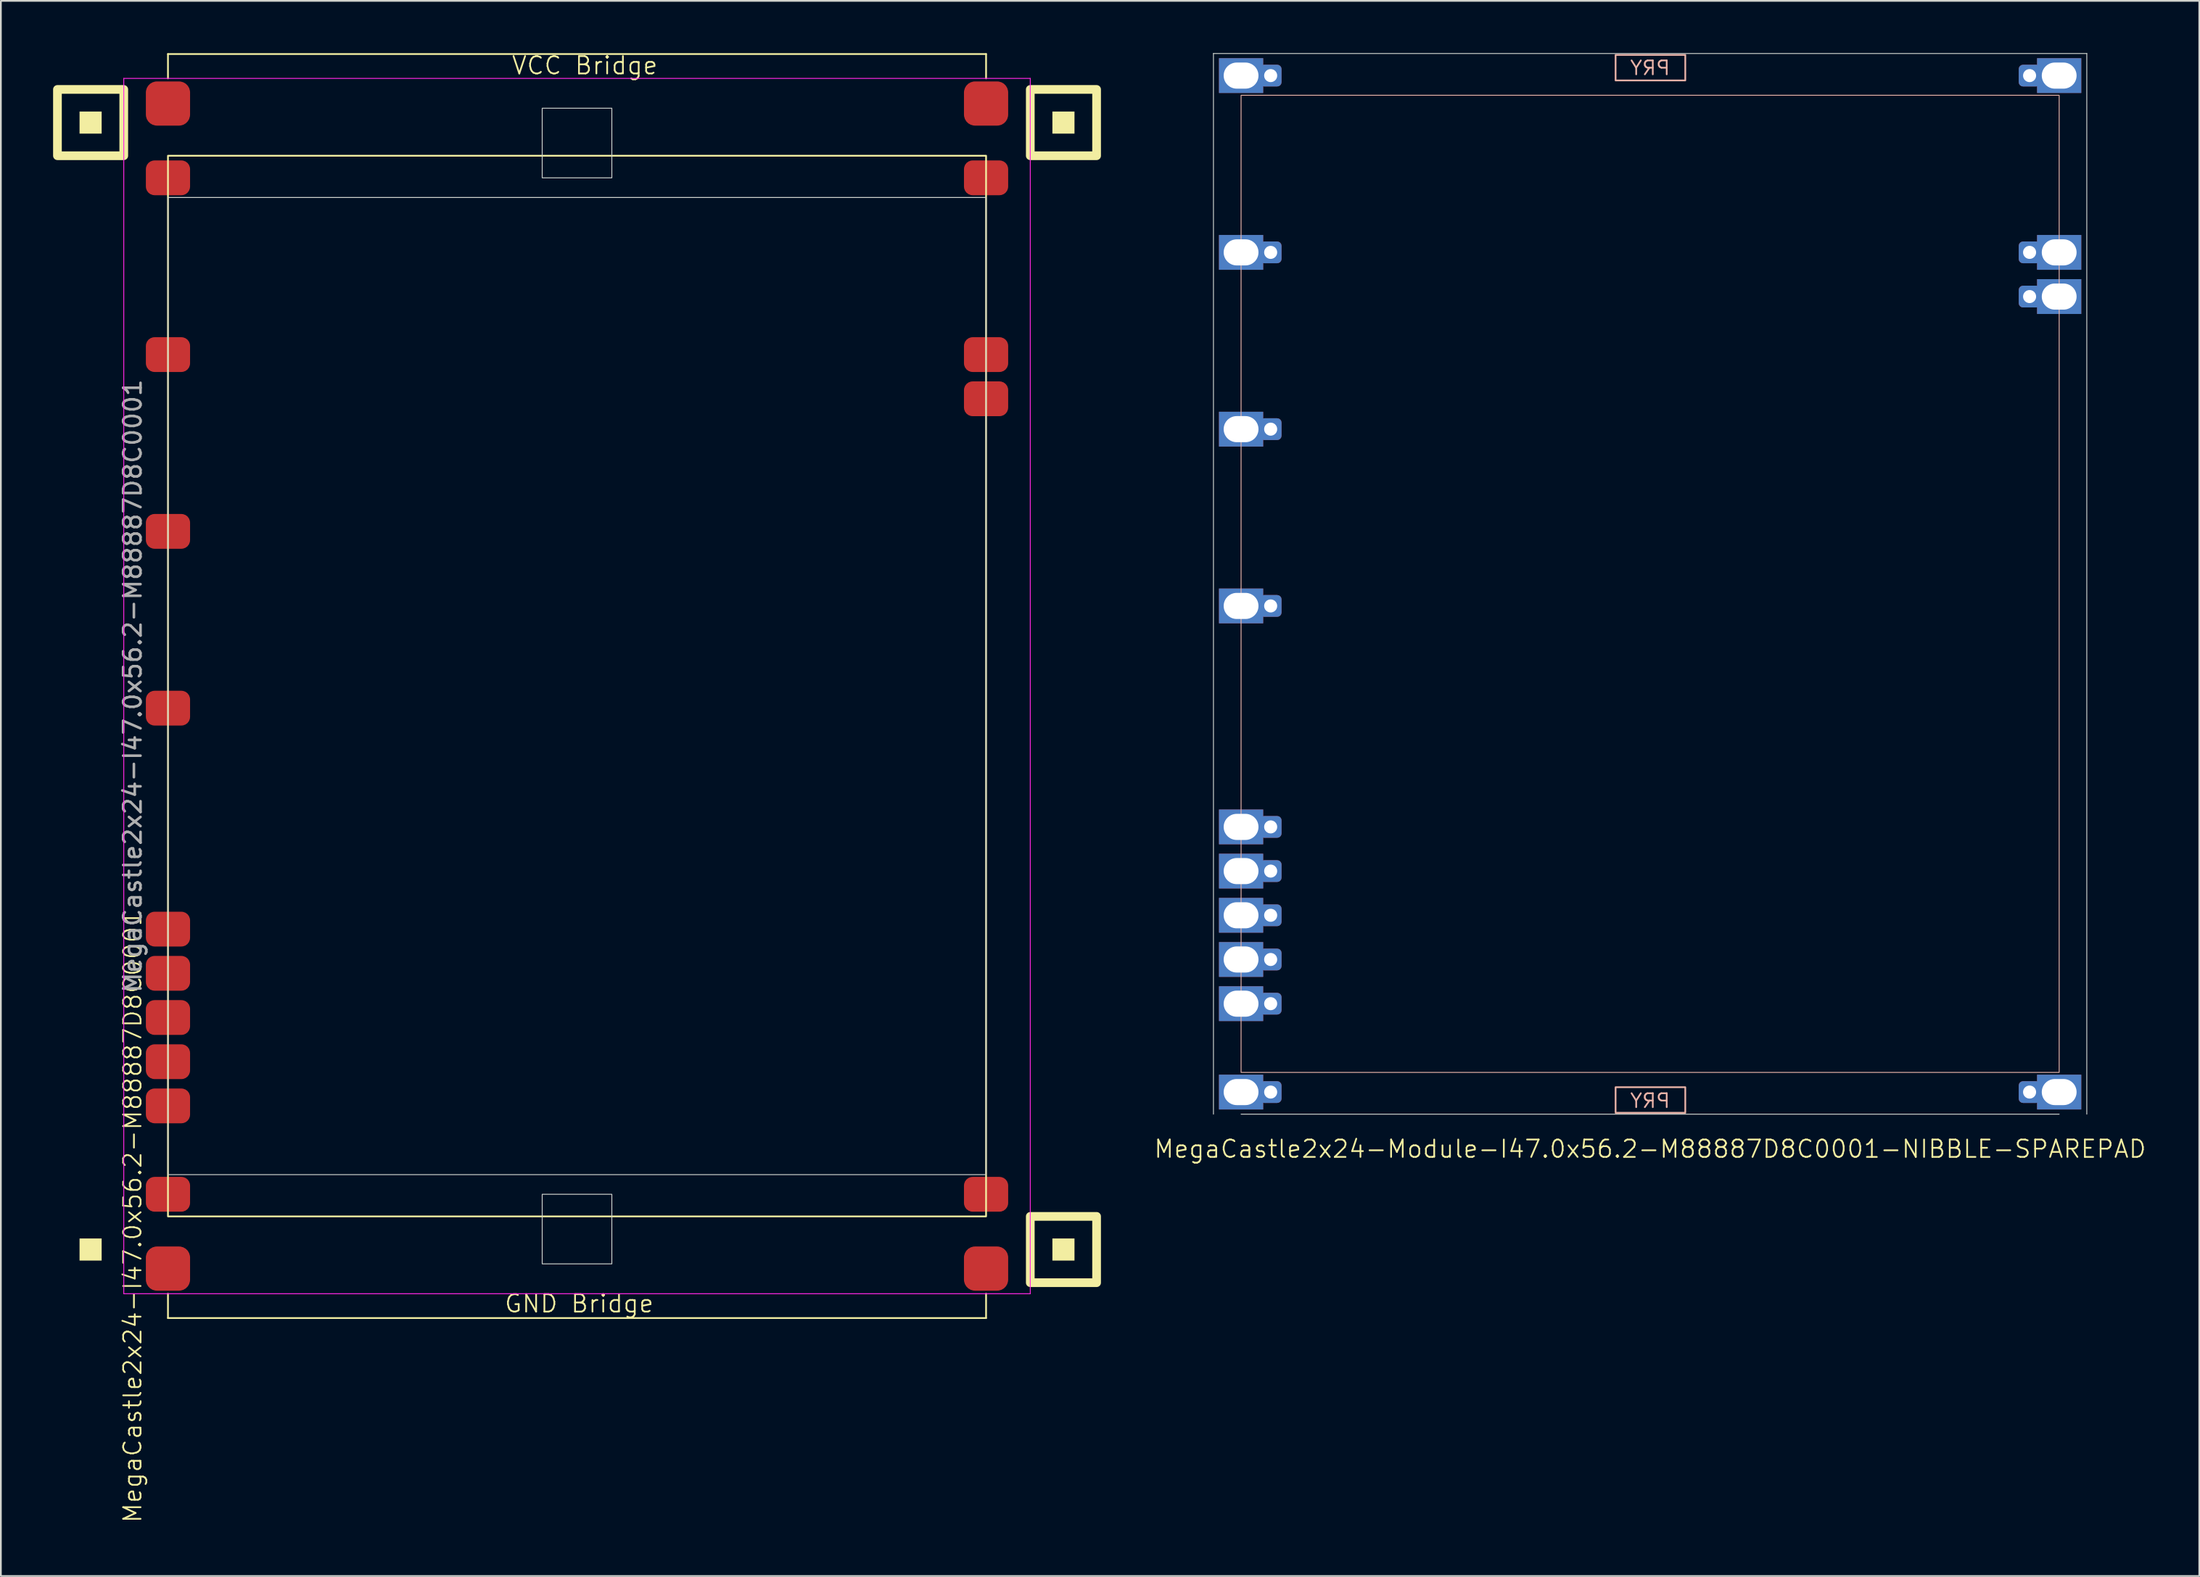
<source format=kicad_pcb>
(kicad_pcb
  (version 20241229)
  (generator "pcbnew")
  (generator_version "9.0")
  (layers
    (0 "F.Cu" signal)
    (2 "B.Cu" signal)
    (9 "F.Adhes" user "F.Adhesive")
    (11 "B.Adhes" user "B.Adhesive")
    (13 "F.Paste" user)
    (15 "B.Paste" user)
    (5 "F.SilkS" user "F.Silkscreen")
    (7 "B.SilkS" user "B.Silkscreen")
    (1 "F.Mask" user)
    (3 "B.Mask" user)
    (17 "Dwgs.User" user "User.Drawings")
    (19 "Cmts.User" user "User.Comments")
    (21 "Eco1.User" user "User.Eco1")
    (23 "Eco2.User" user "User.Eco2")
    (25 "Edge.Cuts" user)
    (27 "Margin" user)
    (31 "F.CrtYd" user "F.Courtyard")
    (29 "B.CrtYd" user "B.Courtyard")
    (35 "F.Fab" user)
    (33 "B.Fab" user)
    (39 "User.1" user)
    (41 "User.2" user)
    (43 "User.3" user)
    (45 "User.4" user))
  (footprint "MegaCastle2x24-I47.0x56.2-M88887D8C0001"
    (layer "F.Cu")
    (at 30.1 36.38)
    (property "Reference" "MegaCastle2x24-I47.0x56.2-M88887D8C0001" (at -25.532 30.48 90) (unlocked yes) (layer "F.SilkS") (effects (font (size 1 1) (thickness 0.1))))
    (attr smd)
    (fp_line (start -23.5 -36.325) (end 23.5 -36.325) (stroke (width 0.1) (type default)) (layer "F.SilkS"))
    (fp_line (start -23.5 -34.925) (end -23.5 -36.325) (stroke (width 0.1) (type default)) (layer "F.SilkS"))
    (fp_line (start -23.5 34.925) (end -23.5 36.325) (stroke (width 0.1) (type default)) (layer "F.SilkS"))
    (fp_line (start -23.5 36.325) (end 23.5 36.325) (stroke (width 0.1) (type default)) (layer "F.SilkS"))
    (fp_line (start 23.5 -34.925) (end 23.5 -36.325) (stroke (width 0.1) (type default)) (layer "F.SilkS"))
    (fp_line (start 23.5 34.925) (end 23.5 36.325) (stroke (width 0.1) (type default)) (layer "F.SilkS"))
    (fp_rect (start -27.31 -31.75) (end -28.58 -33.02) (stroke (width 0) (type solid)) (fill yes) (layer "F.SilkS"))
    (fp_rect (start -27.31 33.02) (end -28.58 31.75) (stroke (width 0) (type solid)) (fill yes) (layer "F.SilkS"))
    (fp_rect (start -26.04 -30.48) (end -29.85 -34.29) (stroke (width 0.5) (type default)) (fill no) (layer "F.SilkS"))
    (fp_rect (start -23.5 -30.48) (end 23.5 30.48) (stroke (width 0.1) (type default)) (fill no) (layer "F.SilkS"))
    (fp_rect (start 28.58 -31.75) (end 27.31 -33.02) (stroke (width 0) (type solid)) (fill yes) (layer "F.SilkS"))
    (fp_rect (start 28.58 33.02) (end 27.31 31.75) (stroke (width 0) (type solid)) (fill yes) (layer "F.SilkS"))
    (fp_rect (start 29.85 -30.48) (end 26.04 -34.29) (stroke (width 0.5) (type default)) (fill no) (layer "F.SilkS"))
    (fp_rect (start 29.85 34.29) (end 26.04 30.48) (stroke (width 0.5) (type default)) (fill no) (layer "F.SilkS"))
    (fp_rect (start -23.5 -28.08) (end 23.5 28.08) (stroke (width 0.05) (type default)) (fill no) (layer "Edge.Cuts"))
    (fp_rect (start -2 -29.21) (end 2 -33.21) (stroke (width 0.05) (type default)) (fill no) (layer "Edge.Cuts"))
    (fp_rect (start -2 29.21) (end 2 33.21) (stroke (width 0.05) (type default)) (fill no) (layer "Edge.Cuts"))
    (fp_line (start -26.04 -34.925) (end -26.04 34.925) (stroke (width 0.05) (type default)) (layer "F.CrtYd"))
    (fp_line (start -26.04 34.925) (end 26.04 34.925) (stroke (width 0.05) (type default)) (layer "F.CrtYd"))
    (fp_line (start 26.04 -34.925) (end -26.04 -34.925) (stroke (width 0.05) (type default)) (layer "F.CrtYd"))
    (fp_line (start 26.04 -34.925) (end 26.04 34.925) (stroke (width 0.05) (type default)) (layer "F.CrtYd"))
    (fp_text user "GND Bridge" (at -4.226 36.08 0) (unlocked yes) (layer "F.SilkS") (effects (font (size 1 1) (thickness 0.1)) (justify left bottom)))
    (fp_text user "VCC Bridge" (at -3.81 -35.08 0) (unlocked yes) (layer "F.SilkS") (effects (font (size 1 1) (thickness 0.1)) (justify left bottom)))
    (fp_text user "${REFERENCE}" (at -25.532 0 90) (unlocked yes) (layer "F.Fab") (effects (font (size 1 1) (thickness 0.15))))
    (pad "1" smd roundrect (at -23.5 -29.21) (size 2.54 2) (layers "F.Cu" "F.Mask" "F.Paste") (roundrect_rratio 0.25))
    (pad "5" smd roundrect (at -23.5 -19.05) (size 2.54 2) (layers "F.Cu" "F.Mask" "F.Paste") (roundrect_rratio 0.25))
    (pad "9" smd roundrect (at -23.5 -8.89) (size 2.54 2) (layers "F.Cu" "F.Mask" "F.Paste") (roundrect_rratio 0.25))
    (pad "13" smd roundrect (at -23.5 1.27) (size 2.54 2) (layers "F.Cu" "F.Mask" "F.Paste") (roundrect_rratio 0.25))
    (pad "18" smd roundrect (at -23.5 13.97) (size 2.54 2) (layers "F.Cu" "F.Mask" "F.Paste") (roundrect_rratio 0.25))
    (pad "19" smd roundrect (at -23.5 16.51) (size 2.54 2) (layers "F.Cu" "F.Mask" "F.Paste") (roundrect_rratio 0.25))
    (pad "20" smd roundrect (at -23.5 19.05) (size 2.54 2) (layers "F.Cu" "F.Mask" "F.Paste") (roundrect_rratio 0.25))
    (pad "21" smd roundrect (at -23.5 21.59) (size 2.54 2) (layers "F.Cu" "F.Mask" "F.Paste") (roundrect_rratio 0.25))
    (pad "22" smd roundrect (at -23.5 24.13) (size 2.54 2) (layers "F.Cu" "F.Mask" "F.Paste") (roundrect_rratio 0.25))
    (pad "24" smd roundrect (at -23.5 29.21) (size 2.54 2) (layers "F.Cu" "F.Mask" "F.Paste") (roundrect_rratio 0.25))
    (pad "25" smd roundrect (at 23.5 -29.21) (size 2.54 2) (layers "F.Cu" "F.Mask" "F.Paste") (roundrect_rratio 0.25))
    (pad "29" smd roundrect (at 23.5 -19.05) (size 2.54 2) (layers "F.Cu" "F.Mask" "F.Paste") (roundrect_rratio 0.25))
    (pad "30" smd roundrect (at 23.5 -16.51) (size 2.54 2) (layers "F.Cu" "F.Mask" "F.Paste") (roundrect_rratio 0.25))
    (pad "48" smd roundrect (at 23.5 29.21) (size 2.54 2) (layers "F.Cu" "F.Mask" "F.Paste") (roundrect_rratio 0.25))
    (pad "A1" smd roundrect (at -23.5 -33.48) (size 2.54 2.54) (layers "F.Cu" "F.Mask" "F.Paste") (roundrect_rratio 0.25))
    (pad "A2" smd roundrect (at 23.5 -33.48) (size 2.54 2.54) (layers "F.Cu" "F.Mask" "F.Paste") (roundrect_rratio 0.25))
    (pad "B1" smd roundrect (at -23.5 33.48) (size 2.54 2.54) (layers "F.Cu" "F.Mask" "F.Paste") (roundrect_rratio 0.25))
    (pad "B2" smd roundrect (at 23.5 33.48) (size 2.54 2.54) (layers "F.Cu" "F.Mask" "F.Paste") (roundrect_rratio 0.25)))
  (footprint "MegaCastle2x24-Module-I47.0x56.2-M88887D8C0001-NIBBLE-SPAREPAD"
    (layer "F.Cu")
    (at 91.75 30.505)
    (property "Reference" "MegaCastle2x24-Module-I47.0x56.2-M88887D8C0001-NIBBLE-SPAREPAD" (at 0 32.48 0) (unlocked yes) (layer "F.SilkS") (effects (font (size 1 1) (thickness 0.1))))
    (attr smd)
    (fp_rect (start -23.5 28.08) (end 23.5 -28.08) (stroke (width 0.05) (type default)) (fill no) (layer "B.SilkS"))
    (fp_rect (start -1.984 -28.931) (end 2.02 -30.4) (stroke (width 0.1) (type default)) (fill no) (layer "B.SilkS"))
    (fp_rect (start -1.984 28.931) (end 2.02 30.4) (stroke (width 0.1) (type default)) (fill no) (layer "B.SilkS"))
    (fp_line (start -25.087 -30.48) (end -25.087 30.48) (stroke (width 0.05) (type default)) (layer "Edge.Cuts"))
    (fp_line (start -25.087 -30.48) (end 25.087 -30.48) (stroke (width 0.05) (type default)) (layer "Edge.Cuts"))
    (fp_line (start -23.5 30.48) (end 23.5 30.48) (stroke (width 0.05) (type default)) (layer "Edge.Cuts"))
    (fp_line (start 25.087 -30.48) (end 25.087 30.48) (stroke (width 0.05) (type default)) (layer "Edge.Cuts"))
    (fp_text user "PRY" (at 0 30.18 0) (unlocked yes) (layer "B.SilkS") (effects (font (size 0.8 0.8) (thickness 0.1)) (justify bottom mirror)))
    (fp_text user "PRY" (at 0 -29.18 0) (unlocked yes) (layer "B.SilkS") (effects (font (size 0.8 0.8) (thickness 0.1)) (justify bottom mirror)))
    (pad "1" thru_hole rect (at -23.5 -29.21) (size 2.54 2) (drill oval 2 1.5) (property pad_prop_castellated) (layers "*.Cu" "*.Mask"))
    (pad "1" thru_hole roundrect (at -21.8 -29.21 180) (size 1.25 1.25) (drill 0.75) (layers "*.Cu" "*.Mask") (roundrect_rratio 0.2))
    (pad "5" thru_hole rect (at -23.5 -19.05) (size 2.54 2) (drill oval 2 1.5) (property pad_prop_castellated) (layers "*.Cu" "*.Mask"))
    (pad "5" thru_hole roundrect (at -21.8 -19.05 180) (size 1.25 1.25) (drill 0.75) (layers "*.Cu" "*.Mask") (roundrect_rratio 0.2))
    (pad "9" thru_hole rect (at -23.5 -8.89) (size 2.54 2) (drill oval 2 1.5) (property pad_prop_castellated) (layers "*.Cu" "*.Mask"))
    (pad "9" thru_hole roundrect (at -21.8 -8.89 180) (size 1.25 1.25) (drill 0.75) (layers "*.Cu" "*.Mask") (roundrect_rratio 0.2))
    (pad "13" thru_hole rect (at -23.5 1.27) (size 2.54 2) (drill oval 2 1.5) (property pad_prop_castellated) (layers "*.Cu" "*.Mask"))
    (pad "13" thru_hole roundrect (at -21.8 1.27 180) (size 1.25 1.25) (drill 0.75) (layers "*.Cu" "*.Mask") (roundrect_rratio 0.2))
    (pad "18" thru_hole rect (at -23.5 13.97) (size 2.54 2) (drill oval 2 1.5) (property pad_prop_castellated) (layers "*.Cu" "*.Mask"))
    (pad "18" thru_hole roundrect (at -21.8 13.97 180) (size 1.25 1.25) (drill 0.75) (layers "*.Cu" "*.Mask") (roundrect_rratio 0.2))
    (pad "19" thru_hole rect (at -23.5 16.51) (size 2.54 2) (drill oval 2 1.5) (property pad_prop_castellated) (layers "*.Cu" "*.Mask"))
    (pad "19" thru_hole roundrect (at -21.8 16.51 180) (size 1.25 1.25) (drill 0.75) (layers "*.Cu" "*.Mask") (roundrect_rratio 0.2))
    (pad "20" thru_hole rect (at -23.5 19.05) (size 2.54 2) (drill oval 2 1.5) (property pad_prop_castellated) (layers "*.Cu" "*.Mask"))
    (pad "20" thru_hole roundrect (at -21.8 19.05 180) (size 1.25 1.25) (drill 0.75) (layers "*.Cu" "*.Mask") (roundrect_rratio 0.2))
    (pad "21" thru_hole rect (at -23.5 21.59) (size 2.54 2) (drill oval 2 1.5) (property pad_prop_castellated) (layers "*.Cu" "*.Mask"))
    (pad "21" thru_hole roundrect (at -21.8 21.59 180) (size 1.25 1.25) (drill 0.75) (layers "*.Cu" "*.Mask") (roundrect_rratio 0.2))
    (pad "22" thru_hole rect (at -23.5 24.13) (size 2.54 2) (drill oval 2 1.5) (property pad_prop_castellated) (layers "*.Cu" "*.Mask"))
    (pad "22" thru_hole roundrect (at -21.8 24.13 180) (size 1.25 1.25) (drill 0.75) (layers "*.Cu" "*.Mask") (roundrect_rratio 0.2))
    (pad "24" thru_hole rect (at -23.5 29.21) (size 2.54 2) (drill oval 2 1.5) (property pad_prop_castellated) (layers "*.Cu" "*.Mask"))
    (pad "24" thru_hole roundrect (at -21.8 29.21 180) (size 1.25 1.25) (drill 0.75) (layers "*.Cu" "*.Mask") (roundrect_rratio 0.2))
    (pad "25" thru_hole roundrect (at 21.8 -29.21 180) (size 1.25 1.25) (drill 0.75) (layers "*.Cu" "*.Mask") (roundrect_rratio 0.2))
    (pad "25" thru_hole rect (at 23.5 -29.21) (size 2.54 2) (drill oval 2 1.5) (property pad_prop_castellated) (layers "*.Cu" "*.Mask"))
    (pad "29" thru_hole roundrect (at 21.8 -19.05 180) (size 1.25 1.25) (drill 0.75) (layers "*.Cu" "*.Mask") (roundrect_rratio 0.2))
    (pad "29" thru_hole rect (at 23.5 -19.05) (size 2.54 2) (drill oval 2 1.5) (property pad_prop_castellated) (layers "*.Cu" "*.Mask"))
    (pad "30" thru_hole roundrect (at 21.8 -16.51 180) (size 1.25 1.25) (drill 0.75) (layers "*.Cu" "*.Mask") (roundrect_rratio 0.2))
    (pad "30" thru_hole rect (at 23.5 -16.51) (size 2.54 2) (drill oval 2 1.5) (property pad_prop_castellated) (layers "*.Cu" "*.Mask"))
    (pad "48" thru_hole roundrect (at 21.8 29.21 180) (size 1.25 1.25) (drill 0.75) (layers "*.Cu" "*.Mask") (roundrect_rratio 0.2))
    (pad "48" thru_hole rect (at 23.5 29.21) (size 2.54 2) (drill oval 2 1.5) (property pad_prop_castellated) (layers "*.Cu" "*.Mask"))
    (zone (net_name "") (layer "B.Cu") (hatch edge 0.5) (connect_pads) (min_thickness 0.25) (filled_areas_thickness no) (keepout (tracks allowed) (vias allowed) (pads allowed) (copperpour allowed) (footprints not_allowed)) (placement (enabled no)) (fill) (polygon (pts (xy 68.25 60.985) (xy 68.25 0.025))))
    (zone (net_name "") (layer "B.Cu") (hatch edge 0.5) (connect_pads) (min_thickness 0.25) (filled_areas_thickness no) (keepout (tracks allowed) (vias allowed) (pads allowed) (copperpour allowed) (footprints not_allowed)) (placement (enabled no)) (fill) (polygon (pts (xy 115.25 60.985) (xy 115.25 0.025))))
    (zone (net_name "") (layer "B.Cu") (hatch edge 0.5) (connect_pads) (min_thickness 0.25) (filled_areas_thickness no) (keepout (tracks allowed) (vias allowed) (pads allowed) (copperpour allowed) (footprints not_allowed)) (placement (enabled no)) (fill) (polygon (pts (xy 68.25 0.025) (xy 68.25 2.425) (xy 115.25 2.425) (xy 115.25 0.025))))
    (zone (net_name "") (layer "B.Cu") (hatch edge 0.5) (connect_pads) (min_thickness 0.25) (filled_areas_thickness no) (keepout (tracks allowed) (vias allowed) (pads allowed) (copperpour allowed) (footprints not_allowed)) (placement (enabled no)) (fill) (polygon (pts (xy 68.25 60.985) (xy 68.25 58.585) (xy 115.25 58.585) (xy 115.25 60.985))))
    (zone (net_name "") (layer "B.Cu") (name "Upper Pry Zone") (hatch edge 0.5) (connect_pads) (min_thickness 0.25) (filled_areas_thickness no) (keepout (tracks not_allowed) (vias not_allowed) (pads not_allowed) (copperpour allowed) (footprints not_allowed)) (placement (enabled no)) (fill) (polygon (pts (xy 89.766 1.574) (xy 89.766 0.105) (xy 93.77 0.105) (xy 93.77 1.574))))
    (zone (net_name "") (layer "B.Cu") (name "Upper Pry Zone") (hatch edge 0.5) (connect_pads) (min_thickness 0.25) (filled_areas_thickness no) (keepout (tracks not_allowed) (vias not_allowed) (pads not_allowed) (copperpour allowed) (footprints not_allowed)) (placement (enabled no)) (fill) (polygon (pts (xy 89.766 59.436) (xy 89.766 60.905) (xy 93.77 60.905) (xy 93.77 59.436)))))
  (gr_rect
    (start -3 -3)
    (end 123.3 87.529)
    (stroke (width 0.1) (type default))
    (fill no)
    (layer "Edge.Cuts")))
</source>
